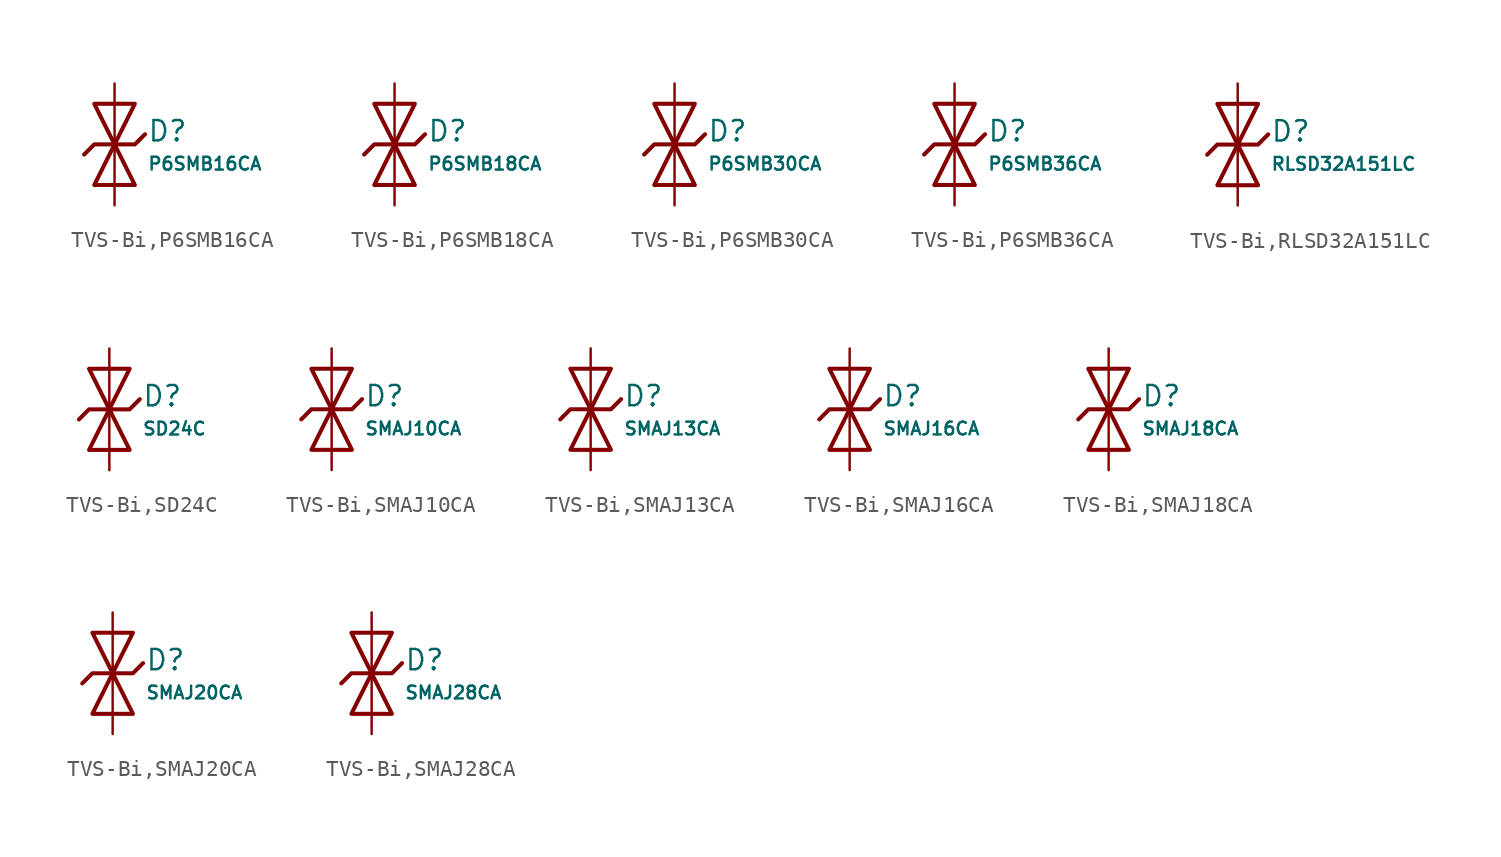
<source format=kicad_sym>
(kicad_symbol_lib
  (version 20231120)
  (generator "CDFER")
  (generator_version "8.0")
  (symbol "TVS-Bi,P6SMB16CA"
    (pin_numbers hide)
    (pin_names
      (offset 0))
    (property "Reference" "D"
      (at 2.032 0.834 0)
      (effects (font (size 1.27 1.27)) (justify left)))
    (property "Value" "P6SMB16CA"
      (at 2.032 -1.212 0)
      (effects (font (size 0.8 0.8)) (justify left)))
    (symbol "TVS-Bi,P6SMB16CA_0_1"
      (polyline (pts (xy -1.27 2.54) (xy 0 0) (xy 1.27 2.54) (xy -1.27 2.54)) (stroke (width 0.254) (type default)) (fill (type none))))
    (symbol "TVS-Bi,P6SMB16CA_0_1"
      (polyline (pts (xy 1.27 -2.54) (xy 0 0) (xy -1.27 -2.54) (xy 1.27 -2.54)) (stroke (width 0.254) (type default)) (fill (type none))))
    (symbol "TVS-Bi,P6SMB16CA_0_1"
      (polyline (pts (xy -1.905 -0.635) (xy -1.27 0) (xy 1.27 0) (xy 1.905 0.635)) (stroke (width 0.254) (type default)) (fill (type none))))
    (symbol "TVS-Bi,P6SMB16CA_1_1"
      (pin passive line (at 0 3.81 270) (length 3.81) (name "~" (effects (font (size 1.27 1.27)))) (number "2" (effects (font (size 1.27 1.27)))))
      (pin passive line (at 0 -3.81 90) (length 3.81) (name "~" (effects (font (size 1.27 1.27)))) (number "1" (effects (font (size 1.27 1.27)))))))
  (symbol "TVS-Bi,P6SMB18CA"
    (pin_numbers hide)
    (pin_names
      (offset 0))
    (property "Reference" "D"
      (at 2.032 0.834 0)
      (effects (font (size 1.27 1.27)) (justify left)))
    (property "Value" "P6SMB18CA"
      (at 2.032 -1.212 0)
      (effects (font (size 0.8 0.8)) (justify left)))
    (symbol "TVS-Bi,P6SMB18CA_0_1"
      (polyline (pts (xy -1.27 2.54) (xy 0 0) (xy 1.27 2.54) (xy -1.27 2.54)) (stroke (width 0.254) (type default)) (fill (type none))))
    (symbol "TVS-Bi,P6SMB18CA_0_1"
      (polyline (pts (xy 1.27 -2.54) (xy 0 0) (xy -1.27 -2.54) (xy 1.27 -2.54)) (stroke (width 0.254) (type default)) (fill (type none))))
    (symbol "TVS-Bi,P6SMB18CA_0_1"
      (polyline (pts (xy -1.905 -0.635) (xy -1.27 0) (xy 1.27 0) (xy 1.905 0.635)) (stroke (width 0.254) (type default)) (fill (type none))))
    (symbol "TVS-Bi,P6SMB18CA_1_1"
      (pin passive line (at 0 3.81 270) (length 3.81) (name "~" (effects (font (size 1.27 1.27)))) (number "2" (effects (font (size 1.27 1.27)))))
      (pin passive line (at 0 -3.81 90) (length 3.81) (name "~" (effects (font (size 1.27 1.27)))) (number "1" (effects (font (size 1.27 1.27)))))))
  (symbol "TVS-Bi,P6SMB30CA"
    (pin_numbers hide)
    (pin_names
      (offset 0))
    (property "Reference" "D"
      (at 2.032 0.834 0)
      (effects (font (size 1.27 1.27)) (justify left)))
    (property "Value" "P6SMB30CA"
      (at 2.032 -1.212 0)
      (effects (font (size 0.8 0.8)) (justify left)))
    (symbol "TVS-Bi,P6SMB30CA_0_1"
      (polyline (pts (xy -1.27 2.54) (xy 0 0) (xy 1.27 2.54) (xy -1.27 2.54)) (stroke (width 0.254) (type default)) (fill (type none))))
    (symbol "TVS-Bi,P6SMB30CA_0_1"
      (polyline (pts (xy 1.27 -2.54) (xy 0 0) (xy -1.27 -2.54) (xy 1.27 -2.54)) (stroke (width 0.254) (type default)) (fill (type none))))
    (symbol "TVS-Bi,P6SMB30CA_0_1"
      (polyline (pts (xy -1.905 -0.635) (xy -1.27 0) (xy 1.27 0) (xy 1.905 0.635)) (stroke (width 0.254) (type default)) (fill (type none))))
    (symbol "TVS-Bi,P6SMB30CA_1_1"
      (pin passive line (at 0 3.81 270) (length 3.81) (name "~" (effects (font (size 1.27 1.27)))) (number "2" (effects (font (size 1.27 1.27)))))
      (pin passive line (at 0 -3.81 90) (length 3.81) (name "~" (effects (font (size 1.27 1.27)))) (number "1" (effects (font (size 1.27 1.27)))))))
  (symbol "TVS-Bi,P6SMB36CA"
    (pin_numbers hide)
    (pin_names
      (offset 0))
    (property "Reference" "D"
      (at 2.032 0.834 0)
      (effects (font (size 1.27 1.27)) (justify left)))
    (property "Value" "P6SMB36CA"
      (at 2.032 -1.212 0)
      (effects (font (size 0.8 0.8)) (justify left)))
    (symbol "TVS-Bi,P6SMB36CA_0_1"
      (polyline (pts (xy -1.27 2.54) (xy 0 0) (xy 1.27 2.54) (xy -1.27 2.54)) (stroke (width 0.254) (type default)) (fill (type none))))
    (symbol "TVS-Bi,P6SMB36CA_0_1"
      (polyline (pts (xy 1.27 -2.54) (xy 0 0) (xy -1.27 -2.54) (xy 1.27 -2.54)) (stroke (width 0.254) (type default)) (fill (type none))))
    (symbol "TVS-Bi,P6SMB36CA_0_1"
      (polyline (pts (xy -1.905 -0.635) (xy -1.27 0) (xy 1.27 0) (xy 1.905 0.635)) (stroke (width 0.254) (type default)) (fill (type none))))
    (symbol "TVS-Bi,P6SMB36CA_1_1"
      (pin passive line (at 0 3.81 270) (length 3.81) (name "~" (effects (font (size 1.27 1.27)))) (number "2" (effects (font (size 1.27 1.27)))))
      (pin passive line (at 0 -3.81 90) (length 3.81) (name "~" (effects (font (size 1.27 1.27)))) (number "1" (effects (font (size 1.27 1.27)))))))
  (symbol "TVS-Bi,RLSD32A151LC"
    (pin_numbers hide)
    (pin_names
      (offset 0))
    (property "Reference" "D"
      (at 2.032 0.834 0)
      (effects (font (size 1.27 1.27)) (justify left)))
    (property "Value" "RLSD32A151LC"
      (at 2.032 -1.212 0)
      (effects (font (size 0.8 0.8)) (justify left)))
    (symbol "TVS-Bi,RLSD32A151LC_0_1"
      (polyline (pts (xy -1.27 2.54) (xy 0 0) (xy 1.27 2.54) (xy -1.27 2.54)) (stroke (width 0.254) (type default)) (fill (type none))))
    (symbol "TVS-Bi,RLSD32A151LC_0_1"
      (polyline (pts (xy 1.27 -2.54) (xy 0 0) (xy -1.27 -2.54) (xy 1.27 -2.54)) (stroke (width 0.254) (type default)) (fill (type none))))
    (symbol "TVS-Bi,RLSD32A151LC_0_1"
      (polyline (pts (xy -1.905 -0.635) (xy -1.27 0) (xy 1.27 0) (xy 1.905 0.635)) (stroke (width 0.254) (type default)) (fill (type none))))
    (symbol "TVS-Bi,RLSD32A151LC_1_1"
      (pin passive line (at 0 3.81 270) (length 3.81) (name "~" (effects (font (size 1.27 1.27)))) (number "2" (effects (font (size 1.27 1.27)))))
      (pin passive line (at 0 -3.81 90) (length 3.81) (name "~" (effects (font (size 1.27 1.27)))) (number "1" (effects (font (size 1.27 1.27)))))))
  (symbol "TVS-Bi,SD24C"
    (pin_numbers hide)
    (pin_names
      (offset 0))
    (property "Reference" "D"
      (at 2.032 0.834 0)
      (effects (font (size 1.27 1.27)) (justify left)))
    (property "Value" "SD24C"
      (at 2.032 -1.212 0)
      (effects (font (size 0.8 0.8)) (justify left)))
    (symbol "TVS-Bi,SD24C_0_1"
      (polyline (pts (xy -1.27 2.54) (xy 0 0) (xy 1.27 2.54) (xy -1.27 2.54)) (stroke (width 0.254) (type default)) (fill (type none))))
    (symbol "TVS-Bi,SD24C_0_1"
      (polyline (pts (xy 1.27 -2.54) (xy 0 0) (xy -1.27 -2.54) (xy 1.27 -2.54)) (stroke (width 0.254) (type default)) (fill (type none))))
    (symbol "TVS-Bi,SD24C_0_1"
      (polyline (pts (xy -1.905 -0.635) (xy -1.27 0) (xy 1.27 0) (xy 1.905 0.635)) (stroke (width 0.254) (type default)) (fill (type none))))
    (symbol "TVS-Bi,SD24C_1_1"
      (pin passive line (at 0 3.81 270) (length 3.81) (name "~" (effects (font (size 1.27 1.27)))) (number "2" (effects (font (size 1.27 1.27)))))
      (pin passive line (at 0 -3.81 90) (length 3.81) (name "~" (effects (font (size 1.27 1.27)))) (number "1" (effects (font (size 1.27 1.27)))))))
  (symbol "TVS-Bi,SMAJ10CA"
    (pin_numbers hide)
    (pin_names
      (offset 0))
    (property "Reference" "D"
      (at 2.032 0.834 0)
      (effects (font (size 1.27 1.27)) (justify left)))
    (property "Value" "SMAJ10CA"
      (at 2.032 -1.212 0)
      (effects (font (size 0.8 0.8)) (justify left)))
    (symbol "TVS-Bi,SMAJ10CA_0_1"
      (polyline (pts (xy -1.27 2.54) (xy 0 0) (xy 1.27 2.54) (xy -1.27 2.54)) (stroke (width 0.254) (type default)) (fill (type none))))
    (symbol "TVS-Bi,SMAJ10CA_0_1"
      (polyline (pts (xy 1.27 -2.54) (xy 0 0) (xy -1.27 -2.54) (xy 1.27 -2.54)) (stroke (width 0.254) (type default)) (fill (type none))))
    (symbol "TVS-Bi,SMAJ10CA_0_1"
      (polyline (pts (xy -1.905 -0.635) (xy -1.27 0) (xy 1.27 0) (xy 1.905 0.635)) (stroke (width 0.254) (type default)) (fill (type none))))
    (symbol "TVS-Bi,SMAJ10CA_1_1"
      (pin passive line (at 0 3.81 270) (length 3.81) (name "~" (effects (font (size 1.27 1.27)))) (number "2" (effects (font (size 1.27 1.27)))))
      (pin passive line (at 0 -3.81 90) (length 3.81) (name "~" (effects (font (size 1.27 1.27)))) (number "1" (effects (font (size 1.27 1.27)))))))
  (symbol "TVS-Bi,SMAJ13CA"
    (pin_numbers hide)
    (pin_names
      (offset 0))
    (property "Reference" "D"
      (at 2.032 0.834 0)
      (effects (font (size 1.27 1.27)) (justify left)))
    (property "Value" "SMAJ13CA"
      (at 2.032 -1.212 0)
      (effects (font (size 0.8 0.8)) (justify left)))
    (symbol "TVS-Bi,SMAJ13CA_0_1"
      (polyline (pts (xy -1.27 2.54) (xy 0 0) (xy 1.27 2.54) (xy -1.27 2.54)) (stroke (width 0.254) (type default)) (fill (type none))))
    (symbol "TVS-Bi,SMAJ13CA_0_1"
      (polyline (pts (xy 1.27 -2.54) (xy 0 0) (xy -1.27 -2.54) (xy 1.27 -2.54)) (stroke (width 0.254) (type default)) (fill (type none))))
    (symbol "TVS-Bi,SMAJ13CA_0_1"
      (polyline (pts (xy -1.905 -0.635) (xy -1.27 0) (xy 1.27 0) (xy 1.905 0.635)) (stroke (width 0.254) (type default)) (fill (type none))))
    (symbol "TVS-Bi,SMAJ13CA_1_1"
      (pin passive line (at 0 3.81 270) (length 3.81) (name "~" (effects (font (size 1.27 1.27)))) (number "2" (effects (font (size 1.27 1.27)))))
      (pin passive line (at 0 -3.81 90) (length 3.81) (name "~" (effects (font (size 1.27 1.27)))) (number "1" (effects (font (size 1.27 1.27)))))))
  (symbol "TVS-Bi,SMAJ16CA"
    (pin_numbers hide)
    (pin_names
      (offset 0))
    (property "Reference" "D"
      (at 2.032 0.834 0)
      (effects (font (size 1.27 1.27)) (justify left)))
    (property "Value" "SMAJ16CA"
      (at 2.032 -1.212 0)
      (effects (font (size 0.8 0.8)) (justify left)))
    (symbol "TVS-Bi,SMAJ16CA_0_1"
      (polyline (pts (xy -1.27 2.54) (xy 0 0) (xy 1.27 2.54) (xy -1.27 2.54)) (stroke (width 0.254) (type default)) (fill (type none))))
    (symbol "TVS-Bi,SMAJ16CA_0_1"
      (polyline (pts (xy 1.27 -2.54) (xy 0 0) (xy -1.27 -2.54) (xy 1.27 -2.54)) (stroke (width 0.254) (type default)) (fill (type none))))
    (symbol "TVS-Bi,SMAJ16CA_0_1"
      (polyline (pts (xy -1.905 -0.635) (xy -1.27 0) (xy 1.27 0) (xy 1.905 0.635)) (stroke (width 0.254) (type default)) (fill (type none))))
    (symbol "TVS-Bi,SMAJ16CA_1_1"
      (pin passive line (at 0 3.81 270) (length 3.81) (name "~" (effects (font (size 1.27 1.27)))) (number "2" (effects (font (size 1.27 1.27)))))
      (pin passive line (at 0 -3.81 90) (length 3.81) (name "~" (effects (font (size 1.27 1.27)))) (number "1" (effects (font (size 1.27 1.27)))))))
  (symbol "TVS-Bi,SMAJ18CA"
    (pin_numbers hide)
    (pin_names
      (offset 0))
    (property "Reference" "D"
      (at 2.032 0.834 0)
      (effects (font (size 1.27 1.27)) (justify left)))
    (property "Value" "SMAJ18CA"
      (at 2.032 -1.212 0)
      (effects (font (size 0.8 0.8)) (justify left)))
    (symbol "TVS-Bi,SMAJ18CA_0_1"
      (polyline (pts (xy -1.27 2.54) (xy 0 0) (xy 1.27 2.54) (xy -1.27 2.54)) (stroke (width 0.254) (type default)) (fill (type none))))
    (symbol "TVS-Bi,SMAJ18CA_0_1"
      (polyline (pts (xy 1.27 -2.54) (xy 0 0) (xy -1.27 -2.54) (xy 1.27 -2.54)) (stroke (width 0.254) (type default)) (fill (type none))))
    (symbol "TVS-Bi,SMAJ18CA_0_1"
      (polyline (pts (xy -1.905 -0.635) (xy -1.27 0) (xy 1.27 0) (xy 1.905 0.635)) (stroke (width 0.254) (type default)) (fill (type none))))
    (symbol "TVS-Bi,SMAJ18CA_1_1"
      (pin passive line (at 0 3.81 270) (length 3.81) (name "~" (effects (font (size 1.27 1.27)))) (number "2" (effects (font (size 1.27 1.27)))))
      (pin passive line (at 0 -3.81 90) (length 3.81) (name "~" (effects (font (size 1.27 1.27)))) (number "1" (effects (font (size 1.27 1.27)))))))
  (symbol "TVS-Bi,SMAJ20CA"
    (pin_numbers hide)
    (pin_names
      (offset 0))
    (property "Reference" "D"
      (at 2.032 0.834 0)
      (effects (font (size 1.27 1.27)) (justify left)))
    (property "Value" "SMAJ20CA"
      (at 2.032 -1.212 0)
      (effects (font (size 0.8 0.8)) (justify left)))
    (symbol "TVS-Bi,SMAJ20CA_0_1"
      (polyline (pts (xy -1.27 2.54) (xy 0 0) (xy 1.27 2.54) (xy -1.27 2.54)) (stroke (width 0.254) (type default)) (fill (type none))))
    (symbol "TVS-Bi,SMAJ20CA_0_1"
      (polyline (pts (xy 1.27 -2.54) (xy 0 0) (xy -1.27 -2.54) (xy 1.27 -2.54)) (stroke (width 0.254) (type default)) (fill (type none))))
    (symbol "TVS-Bi,SMAJ20CA_0_1"
      (polyline (pts (xy -1.905 -0.635) (xy -1.27 0) (xy 1.27 0) (xy 1.905 0.635)) (stroke (width 0.254) (type default)) (fill (type none))))
    (symbol "TVS-Bi,SMAJ20CA_1_1"
      (pin passive line (at 0 3.81 270) (length 3.81) (name "~" (effects (font (size 1.27 1.27)))) (number "2" (effects (font (size 1.27 1.27)))))
      (pin passive line (at 0 -3.81 90) (length 3.81) (name "~" (effects (font (size 1.27 1.27)))) (number "1" (effects (font (size 1.27 1.27)))))))
  (symbol "TVS-Bi,SMAJ28CA"
    (pin_numbers hide)
    (pin_names
      (offset 0))
    (property "Reference" "D"
      (at 2.032 0.834 0)
      (effects (font (size 1.27 1.27)) (justify left)))
    (property "Value" "SMAJ28CA"
      (at 2.032 -1.212 0)
      (effects (font (size 0.8 0.8)) (justify left)))
    (symbol "TVS-Bi,SMAJ28CA_0_1"
      (polyline (pts (xy -1.27 2.54) (xy 0 0) (xy 1.27 2.54) (xy -1.27 2.54)) (stroke (width 0.254) (type default)) (fill (type none))))
    (symbol "TVS-Bi,SMAJ28CA_0_1"
      (polyline (pts (xy 1.27 -2.54) (xy 0 0) (xy -1.27 -2.54) (xy 1.27 -2.54)) (stroke (width 0.254) (type default)) (fill (type none))))
    (symbol "TVS-Bi,SMAJ28CA_0_1"
      (polyline (pts (xy -1.905 -0.635) (xy -1.27 0) (xy 1.27 0) (xy 1.905 0.635)) (stroke (width 0.254) (type default)) (fill (type none))))
    (symbol "TVS-Bi,SMAJ28CA_1_1"
      (pin passive line (at 0 3.81 270) (length 3.81) (name "~" (effects (font (size 1.27 1.27)))) (number "2" (effects (font (size 1.27 1.27)))))
      (pin passive line (at 0 -3.81 90) (length 3.81) (name "~" (effects (font (size 1.27 1.27)))) (number "1" (effects (font (size 1.27 1.27))))))))
</source>
